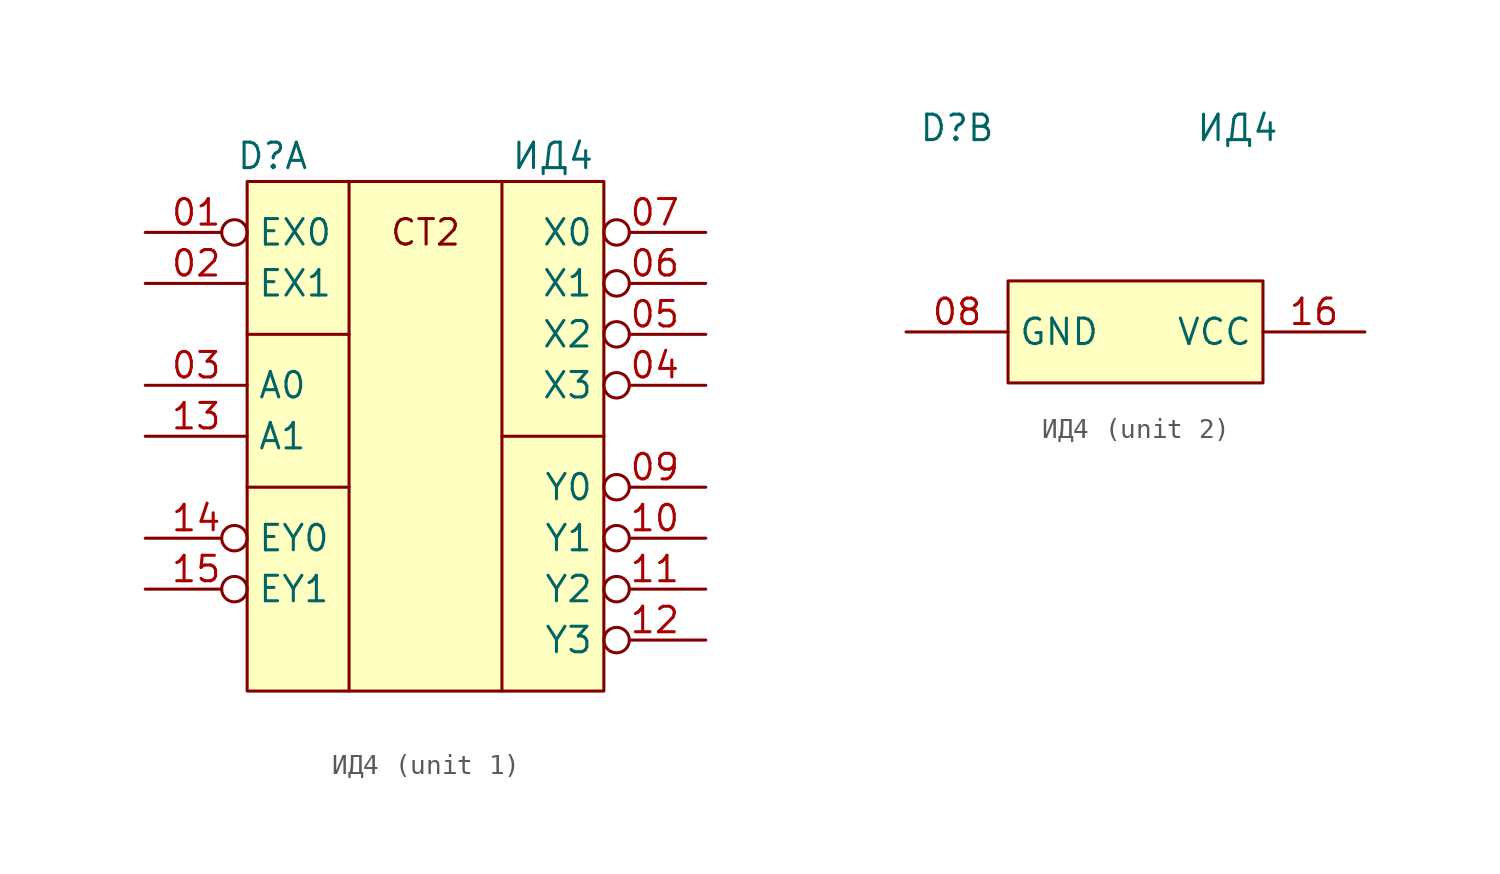
<source format=kicad_sym>
(kicad_symbol_lib
  (version 20231120)
  (generator "kicad_symbol_editor")
  (generator_version "8.0")
  (symbol "ИД4"
    (property "Reference" "D"
      (at -7.62 -3.81 0)
      (effects (font (size 1.27 1.27))))
    (property "Value" "ИД4"
      (at 6.35 -3.81 0)
      (effects (font (size 1.27 1.27))))
    (property "ki_locked" ""
      (at 0 0 0)
      (effects (font (size 1.27 1.27))))
    (symbol "ИД4_1_1"
      (rectangle (start -8.89 -5.08) (end 8.89 -30.48) (stroke (width 0) (type default)) (fill (type background)))
      (polyline (pts (xy -8.89 -20.32) (xy -3.81 -20.32)) (stroke (width 0) (type default)) (fill (type none)))
      (polyline (pts (xy -8.89 -12.7) (xy -3.81 -12.7)) (stroke (width 0) (type default)) (fill (type none)))
      (polyline (pts (xy -3.81 -5.08) (xy -3.81 -30.48)) (stroke (width 0) (type default)) (fill (type none)))
      (polyline (pts (xy 3.81 -17.78) (xy 8.89 -17.78)) (stroke (width 0) (type default)) (fill (type none)))
      (polyline (pts (xy 3.81 -5.08) (xy 3.81 -30.48)) (stroke (width 0) (type default)) (fill (type none)))
      (text "CT2" (at 0 -7.62 0) (effects (font (size 1.27 1.27))))
      (pin input inverted (at -13.97 -7.62 0) (length 5.08) (name "EX0" (effects (font (size 1.27 1.27)))) (number "01" (effects (font (size 1.27 1.27)))))
      (pin input line (at -13.97 -10.16 0) (length 5.08) (name "EX1" (effects (font (size 1.27 1.27)))) (number "02" (effects (font (size 1.27 1.27)))))
      (pin input line (at -13.97 -15.24 0) (length 5.08) (name "A0" (effects (font (size 1.27 1.27)))) (number "03" (effects (font (size 1.27 1.27)))))
      (pin output inverted (at 13.97 -15.24 180) (length 5.08) (name "X3" (effects (font (size 1.27 1.27)))) (number "04" (effects (font (size 1.27 1.27)))))
      (pin output inverted (at 13.97 -12.7 180) (length 5.08) (name "X2" (effects (font (size 1.27 1.27)))) (number "05" (effects (font (size 1.27 1.27)))))
      (pin output inverted (at 13.97 -10.16 180) (length 5.08) (name "X1" (effects (font (size 1.27 1.27)))) (number "06" (effects (font (size 1.27 1.27)))))
      (pin output inverted (at 13.97 -7.62 180) (length 5.08) (name "X0" (effects (font (size 1.27 1.27)))) (number "07" (effects (font (size 1.27 1.27)))))
      (pin output inverted (at 13.97 -20.32 180) (length 5.08) (name "Y0" (effects (font (size 1.27 1.27)))) (number "09" (effects (font (size 1.27 1.27)))))
      (pin output inverted (at 13.97 -22.86 180) (length 5.08) (name "Y1" (effects (font (size 1.27 1.27)))) (number "10" (effects (font (size 1.27 1.27)))))
      (pin output inverted (at 13.97 -25.4 180) (length 5.08) (name "Y2" (effects (font (size 1.27 1.27)))) (number "11" (effects (font (size 1.27 1.27)))))
      (pin output inverted (at 13.97 -27.94 180) (length 5.08) (name "Y3" (effects (font (size 1.27 1.27)))) (number "12" (effects (font (size 1.27 1.27)))))
      (pin input line (at -13.97 -17.78 0) (length 5.08) (name "A1" (effects (font (size 1.27 1.27)))) (number "13" (effects (font (size 1.27 1.27)))))
      (pin input inverted (at -13.97 -22.86 0) (length 5.08) (name "EY0" (effects (font (size 1.27 1.27)))) (number "14" (effects (font (size 1.27 1.27)))))
      (pin input inverted (at -13.97 -25.4 0) (length 5.08) (name "EY1" (effects (font (size 1.27 1.27)))) (number "15" (effects (font (size 1.27 1.27))))))
    (symbol "ИД4_2_0"
      (rectangle (start -5.08 -11.43) (end 7.62 -16.51) (stroke (width 0) (type default)) (fill (type background))))
    (symbol "ИД4_2_1"
      (pin power_in line (at -10.16 -13.97 0) (length 5.08) (name "GND" (effects (font (size 1.27 1.27)))) (number "08" (effects (font (size 1.27 1.27)))))
      (pin power_in line (at 12.7 -13.97 180) (length 5.08) (name "VCC" (effects (font (size 1.27 1.27)))) (number "16" (effects (font (size 1.27 1.27))))))))
</source>
